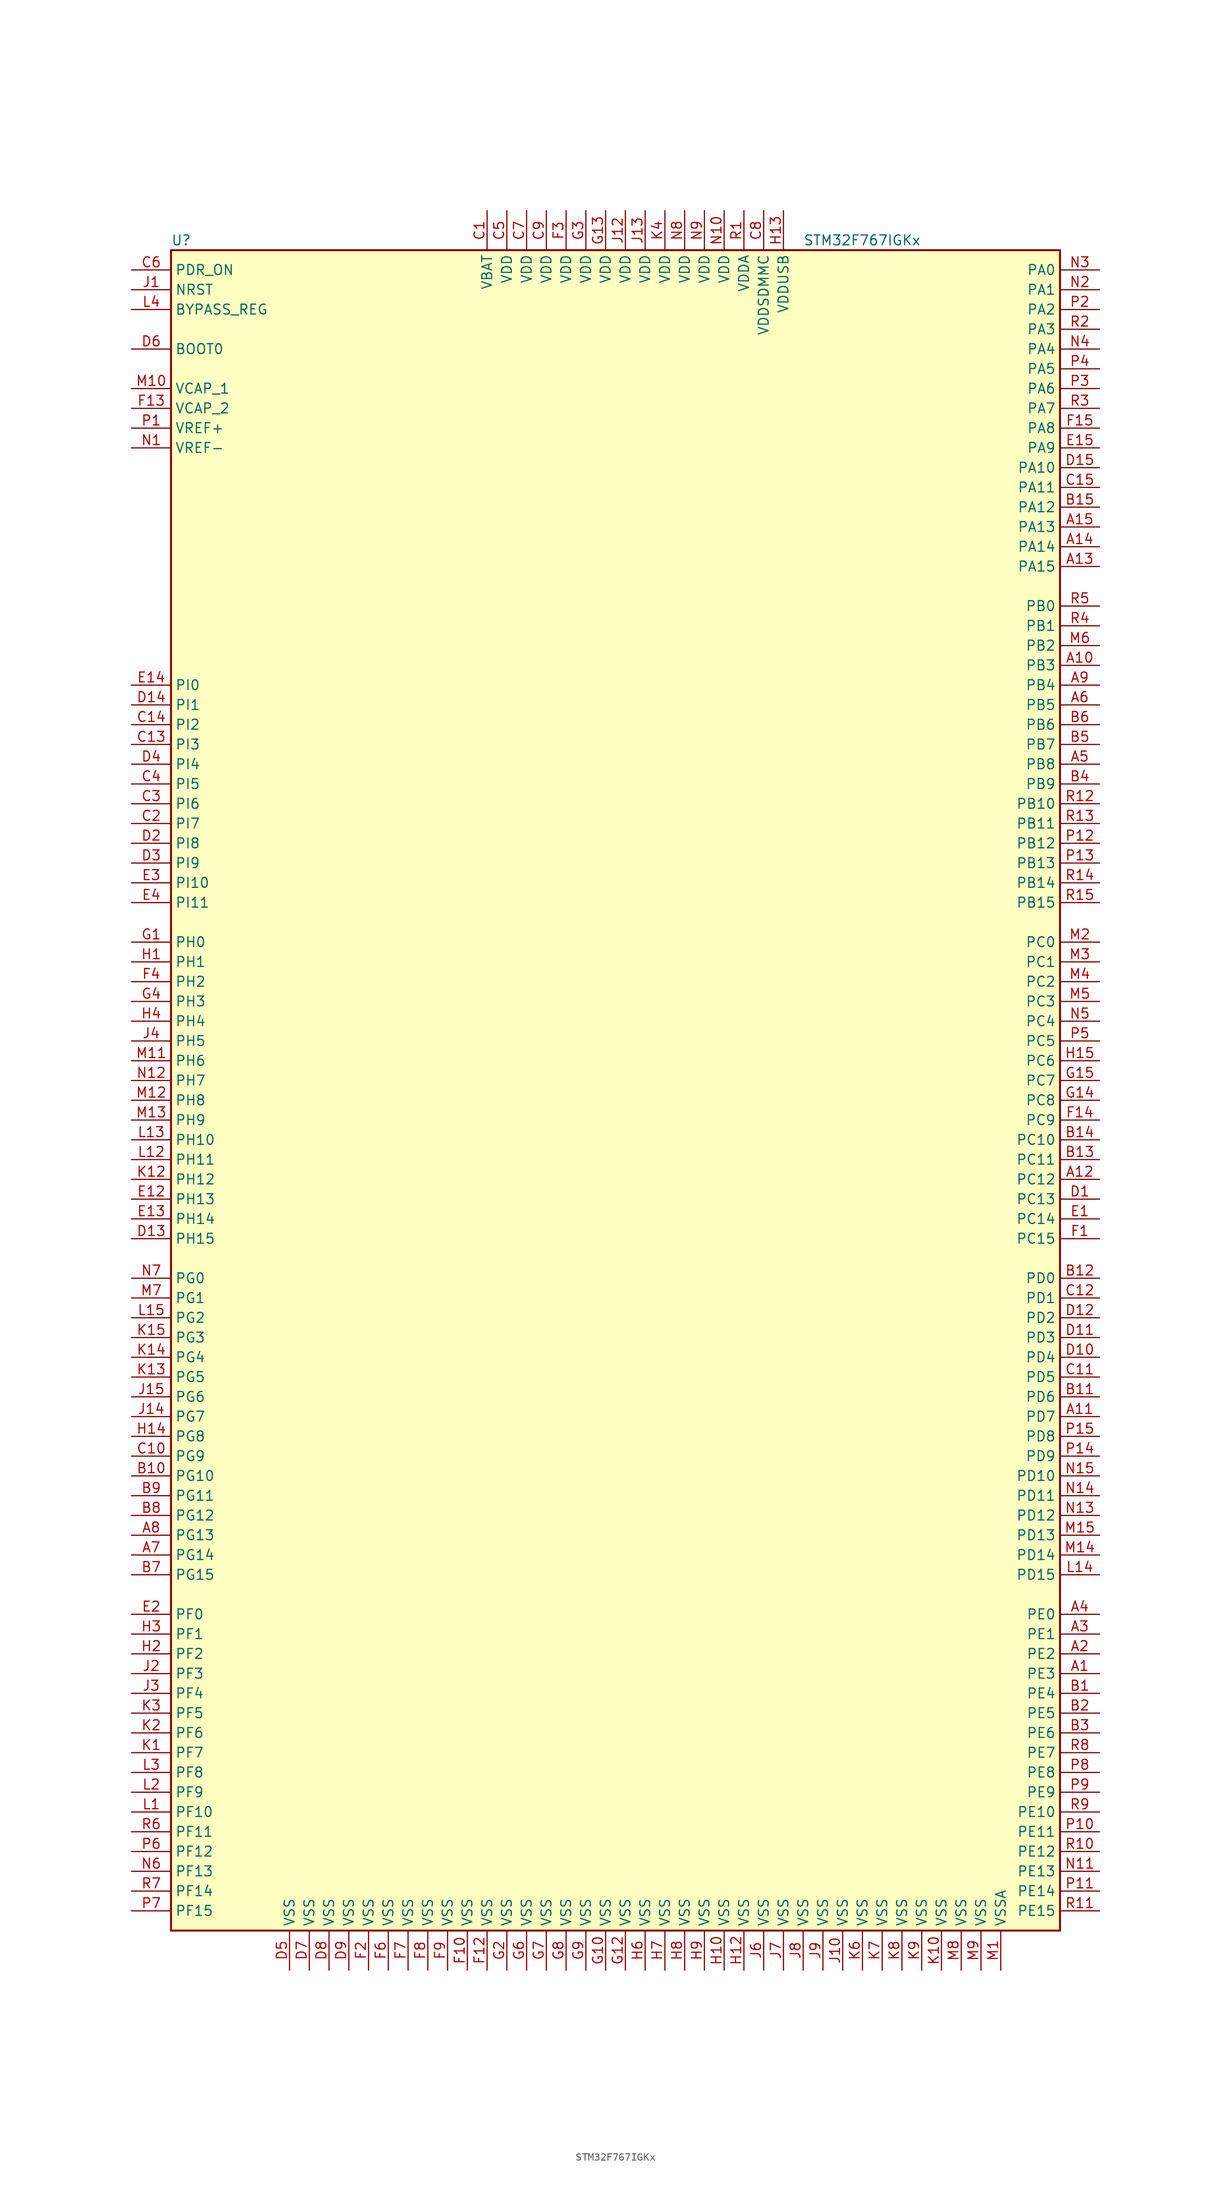
<source format=kicad_sym>
(kicad_symbol_lib
  (version 20220914)
  (generator kicad_symbol_editor)
  (symbol "STM32F767IGKx"
    (property "Reference" "U"
      (at -58.42 107.95 0)
      (effects (font (size 1.27 1.27)) (justify left)))
    (property "Value" "STM32F767IGKx"
      (at 22.86 107.95 0)
      (effects (font (size 1.27 1.27)) (justify left)))
    (symbol "STM32F767IGKx_0_1"
      (rectangle (start -58.42 -109.22) (end 55.88 106.68) (stroke (width 0.254) (type default)) (fill (type background))))
    (symbol "STM32F767IGKx_1_1"
      (pin bidirectional line (at 60.96 -76.2 180) (length 5.08) (name "PE3" (effects (font (size 1.27 1.27)))) (number "A1" (effects (font (size 1.27 1.27)))))
      (pin bidirectional line (at 60.96 53.34 180) (length 5.08) (name "PB3" (effects (font (size 1.27 1.27)))) (number "A10" (effects (font (size 1.27 1.27)))))
      (pin bidirectional line (at 60.96 -43.18 180) (length 5.08) (name "PD7" (effects (font (size 1.27 1.27)))) (number "A11" (effects (font (size 1.27 1.27)))))
      (pin bidirectional line (at 60.96 -12.7 180) (length 5.08) (name "PC12" (effects (font (size 1.27 1.27)))) (number "A12" (effects (font (size 1.27 1.27)))))
      (pin bidirectional line (at 60.96 66.04 180) (length 5.08) (name "PA15" (effects (font (size 1.27 1.27)))) (number "A13" (effects (font (size 1.27 1.27)))))
      (pin bidirectional line (at 60.96 68.58 180) (length 5.08) (name "PA14" (effects (font (size 1.27 1.27)))) (number "A14" (effects (font (size 1.27 1.27)))))
      (pin bidirectional line (at 60.96 71.12 180) (length 5.08) (name "PA13" (effects (font (size 1.27 1.27)))) (number "A15" (effects (font (size 1.27 1.27)))))
      (pin bidirectional line (at 60.96 -73.66 180) (length 5.08) (name "PE2" (effects (font (size 1.27 1.27)))) (number "A2" (effects (font (size 1.27 1.27)))))
      (pin bidirectional line (at 60.96 -71.12 180) (length 5.08) (name "PE1" (effects (font (size 1.27 1.27)))) (number "A3" (effects (font (size 1.27 1.27)))))
      (pin bidirectional line (at 60.96 -68.58 180) (length 5.08) (name "PE0" (effects (font (size 1.27 1.27)))) (number "A4" (effects (font (size 1.27 1.27)))))
      (pin bidirectional line (at 60.96 40.64 180) (length 5.08) (name "PB8" (effects (font (size 1.27 1.27)))) (number "A5" (effects (font (size 1.27 1.27)))))
      (pin bidirectional line (at 60.96 48.26 180) (length 5.08) (name "PB5" (effects (font (size 1.27 1.27)))) (number "A6" (effects (font (size 1.27 1.27)))))
      (pin bidirectional line (at -63.5 -60.96 0) (length 5.08) (name "PG14" (effects (font (size 1.27 1.27)))) (number "A7" (effects (font (size 1.27 1.27)))))
      (pin bidirectional line (at -63.5 -58.42 0) (length 5.08) (name "PG13" (effects (font (size 1.27 1.27)))) (number "A8" (effects (font (size 1.27 1.27)))))
      (pin bidirectional line (at 60.96 50.8 180) (length 5.08) (name "PB4" (effects (font (size 1.27 1.27)))) (number "A9" (effects (font (size 1.27 1.27)))))
      (pin bidirectional line (at 60.96 -78.74 180) (length 5.08) (name "PE4" (effects (font (size 1.27 1.27)))) (number "B1" (effects (font (size 1.27 1.27)))))
      (pin bidirectional line (at -63.5 -50.8 0) (length 5.08) (name "PG10" (effects (font (size 1.27 1.27)))) (number "B10" (effects (font (size 1.27 1.27)))))
      (pin bidirectional line (at 60.96 -40.64 180) (length 5.08) (name "PD6" (effects (font (size 1.27 1.27)))) (number "B11" (effects (font (size 1.27 1.27)))))
      (pin bidirectional line (at 60.96 -25.4 180) (length 5.08) (name "PD0" (effects (font (size 1.27 1.27)))) (number "B12" (effects (font (size 1.27 1.27)))))
      (pin bidirectional line (at 60.96 -10.16 180) (length 5.08) (name "PC11" (effects (font (size 1.27 1.27)))) (number "B13" (effects (font (size 1.27 1.27)))))
      (pin bidirectional line (at 60.96 -7.62 180) (length 5.08) (name "PC10" (effects (font (size 1.27 1.27)))) (number "B14" (effects (font (size 1.27 1.27)))))
      (pin bidirectional line (at 60.96 73.66 180) (length 5.08) (name "PA12" (effects (font (size 1.27 1.27)))) (number "B15" (effects (font (size 1.27 1.27)))))
      (pin bidirectional line (at 60.96 -81.28 180) (length 5.08) (name "PE5" (effects (font (size 1.27 1.27)))) (number "B2" (effects (font (size 1.27 1.27)))))
      (pin bidirectional line (at 60.96 -83.82 180) (length 5.08) (name "PE6" (effects (font (size 1.27 1.27)))) (number "B3" (effects (font (size 1.27 1.27)))))
      (pin bidirectional line (at 60.96 38.1 180) (length 5.08) (name "PB9" (effects (font (size 1.27 1.27)))) (number "B4" (effects (font (size 1.27 1.27)))))
      (pin bidirectional line (at 60.96 43.18 180) (length 5.08) (name "PB7" (effects (font (size 1.27 1.27)))) (number "B5" (effects (font (size 1.27 1.27)))))
      (pin bidirectional line (at 60.96 45.72 180) (length 5.08) (name "PB6" (effects (font (size 1.27 1.27)))) (number "B6" (effects (font (size 1.27 1.27)))))
      (pin bidirectional line (at -63.5 -63.5 0) (length 5.08) (name "PG15" (effects (font (size 1.27 1.27)))) (number "B7" (effects (font (size 1.27 1.27)))))
      (pin bidirectional line (at -63.5 -55.88 0) (length 5.08) (name "PG12" (effects (font (size 1.27 1.27)))) (number "B8" (effects (font (size 1.27 1.27)))))
      (pin bidirectional line (at -63.5 -53.34 0) (length 5.08) (name "PG11" (effects (font (size 1.27 1.27)))) (number "B9" (effects (font (size 1.27 1.27)))))
      (pin power_in line (at -17.78 111.76 270) (length 5.08) (name "VBAT" (effects (font (size 1.27 1.27)))) (number "C1" (effects (font (size 1.27 1.27)))))
      (pin bidirectional line (at -63.5 -48.26 0) (length 5.08) (name "PG9" (effects (font (size 1.27 1.27)))) (number "C10" (effects (font (size 1.27 1.27)))))
      (pin bidirectional line (at 60.96 -38.1 180) (length 5.08) (name "PD5" (effects (font (size 1.27 1.27)))) (number "C11" (effects (font (size 1.27 1.27)))))
      (pin bidirectional line (at 60.96 -27.94 180) (length 5.08) (name "PD1" (effects (font (size 1.27 1.27)))) (number "C12" (effects (font (size 1.27 1.27)))))
      (pin bidirectional line (at -63.5 43.18 0) (length 5.08) (name "PI3" (effects (font (size 1.27 1.27)))) (number "C13" (effects (font (size 1.27 1.27)))))
      (pin bidirectional line (at -63.5 45.72 0) (length 5.08) (name "PI2" (effects (font (size 1.27 1.27)))) (number "C14" (effects (font (size 1.27 1.27)))))
      (pin bidirectional line (at 60.96 76.2 180) (length 5.08) (name "PA11" (effects (font (size 1.27 1.27)))) (number "C15" (effects (font (size 1.27 1.27)))))
      (pin bidirectional line (at -63.5 33.02 0) (length 5.08) (name "PI7" (effects (font (size 1.27 1.27)))) (number "C2" (effects (font (size 1.27 1.27)))))
      (pin bidirectional line (at -63.5 35.56 0) (length 5.08) (name "PI6" (effects (font (size 1.27 1.27)))) (number "C3" (effects (font (size 1.27 1.27)))))
      (pin bidirectional line (at -63.5 38.1 0) (length 5.08) (name "PI5" (effects (font (size 1.27 1.27)))) (number "C4" (effects (font (size 1.27 1.27)))))
      (pin power_in line (at -15.24 111.76 270) (length 5.08) (name "VDD" (effects (font (size 1.27 1.27)))) (number "C5" (effects (font (size 1.27 1.27)))))
      (pin input line (at -63.5 104.14 0) (length 5.08) (name "PDR_ON" (effects (font (size 1.27 1.27)))) (number "C6" (effects (font (size 1.27 1.27)))))
      (pin power_in line (at -12.7 111.76 270) (length 5.08) (name "VDD" (effects (font (size 1.27 1.27)))) (number "C7" (effects (font (size 1.27 1.27)))))
      (pin power_in line (at 17.78 111.76 270) (length 5.08) (name "VDDSDMMC" (effects (font (size 1.27 1.27)))) (number "C8" (effects (font (size 1.27 1.27)))))
      (pin power_in line (at -10.16 111.76 270) (length 5.08) (name "VDD" (effects (font (size 1.27 1.27)))) (number "C9" (effects (font (size 1.27 1.27)))))
      (pin bidirectional line (at 60.96 -15.24 180) (length 5.08) (name "PC13" (effects (font (size 1.27 1.27)))) (number "D1" (effects (font (size 1.27 1.27)))))
      (pin bidirectional line (at 60.96 -35.56 180) (length 5.08) (name "PD4" (effects (font (size 1.27 1.27)))) (number "D10" (effects (font (size 1.27 1.27)))))
      (pin bidirectional line (at 60.96 -33.02 180) (length 5.08) (name "PD3" (effects (font (size 1.27 1.27)))) (number "D11" (effects (font (size 1.27 1.27)))))
      (pin bidirectional line (at 60.96 -30.48 180) (length 5.08) (name "PD2" (effects (font (size 1.27 1.27)))) (number "D12" (effects (font (size 1.27 1.27)))))
      (pin bidirectional line (at -63.5 -20.32 0) (length 5.08) (name "PH15" (effects (font (size 1.27 1.27)))) (number "D13" (effects (font (size 1.27 1.27)))))
      (pin bidirectional line (at -63.5 48.26 0) (length 5.08) (name "PI1" (effects (font (size 1.27 1.27)))) (number "D14" (effects (font (size 1.27 1.27)))))
      (pin bidirectional line (at 60.96 78.74 180) (length 5.08) (name "PA10" (effects (font (size 1.27 1.27)))) (number "D15" (effects (font (size 1.27 1.27)))))
      (pin bidirectional line (at -63.5 30.48 0) (length 5.08) (name "PI8" (effects (font (size 1.27 1.27)))) (number "D2" (effects (font (size 1.27 1.27)))))
      (pin bidirectional line (at -63.5 27.94 0) (length 5.08) (name "PI9" (effects (font (size 1.27 1.27)))) (number "D3" (effects (font (size 1.27 1.27)))))
      (pin bidirectional line (at -63.5 40.64 0) (length 5.08) (name "PI4" (effects (font (size 1.27 1.27)))) (number "D4" (effects (font (size 1.27 1.27)))))
      (pin power_in line (at -43.18 -114.3 90) (length 5.08) (name "VSS" (effects (font (size 1.27 1.27)))) (number "D5" (effects (font (size 1.27 1.27)))))
      (pin input line (at -63.5 93.98 0) (length 5.08) (name "BOOT0" (effects (font (size 1.27 1.27)))) (number "D6" (effects (font (size 1.27 1.27)))))
      (pin power_in line (at -40.64 -114.3 90) (length 5.08) (name "VSS" (effects (font (size 1.27 1.27)))) (number "D7" (effects (font (size 1.27 1.27)))))
      (pin power_in line (at -38.1 -114.3 90) (length 5.08) (name "VSS" (effects (font (size 1.27 1.27)))) (number "D8" (effects (font (size 1.27 1.27)))))
      (pin power_in line (at -35.56 -114.3 90) (length 5.08) (name "VSS" (effects (font (size 1.27 1.27)))) (number "D9" (effects (font (size 1.27 1.27)))))
      (pin bidirectional line (at 60.96 -17.78 180) (length 5.08) (name "PC14" (effects (font (size 1.27 1.27)))) (number "E1" (effects (font (size 1.27 1.27)))))
      (pin bidirectional line (at -63.5 -15.24 0) (length 5.08) (name "PH13" (effects (font (size 1.27 1.27)))) (number "E12" (effects (font (size 1.27 1.27)))))
      (pin bidirectional line (at -63.5 -17.78 0) (length 5.08) (name "PH14" (effects (font (size 1.27 1.27)))) (number "E13" (effects (font (size 1.27 1.27)))))
      (pin bidirectional line (at -63.5 50.8 0) (length 5.08) (name "PI0" (effects (font (size 1.27 1.27)))) (number "E14" (effects (font (size 1.27 1.27)))))
      (pin bidirectional line (at 60.96 81.28 180) (length 5.08) (name "PA9" (effects (font (size 1.27 1.27)))) (number "E15" (effects (font (size 1.27 1.27)))))
      (pin bidirectional line (at -63.5 -68.58 0) (length 5.08) (name "PF0" (effects (font (size 1.27 1.27)))) (number "E2" (effects (font (size 1.27 1.27)))))
      (pin bidirectional line (at -63.5 25.4 0) (length 5.08) (name "PI10" (effects (font (size 1.27 1.27)))) (number "E3" (effects (font (size 1.27 1.27)))))
      (pin bidirectional line (at -63.5 22.86 0) (length 5.08) (name "PI11" (effects (font (size 1.27 1.27)))) (number "E4" (effects (font (size 1.27 1.27)))))
      (pin bidirectional line (at 60.96 -20.32 180) (length 5.08) (name "PC15" (effects (font (size 1.27 1.27)))) (number "F1" (effects (font (size 1.27 1.27)))))
      (pin power_in line (at -20.32 -114.3 90) (length 5.08) (name "VSS" (effects (font (size 1.27 1.27)))) (number "F10" (effects (font (size 1.27 1.27)))))
      (pin power_in line (at -17.78 -114.3 90) (length 5.08) (name "VSS" (effects (font (size 1.27 1.27)))) (number "F12" (effects (font (size 1.27 1.27)))))
      (pin power_in line (at -63.5 86.36 0) (length 5.08) (name "VCAP_2" (effects (font (size 1.27 1.27)))) (number "F13" (effects (font (size 1.27 1.27)))))
      (pin bidirectional line (at 60.96 -5.08 180) (length 5.08) (name "PC9" (effects (font (size 1.27 1.27)))) (number "F14" (effects (font (size 1.27 1.27)))))
      (pin bidirectional line (at 60.96 83.82 180) (length 5.08) (name "PA8" (effects (font (size 1.27 1.27)))) (number "F15" (effects (font (size 1.27 1.27)))))
      (pin power_in line (at -33.02 -114.3 90) (length 5.08) (name "VSS" (effects (font (size 1.27 1.27)))) (number "F2" (effects (font (size 1.27 1.27)))))
      (pin power_in line (at -7.62 111.76 270) (length 5.08) (name "VDD" (effects (font (size 1.27 1.27)))) (number "F3" (effects (font (size 1.27 1.27)))))
      (pin bidirectional line (at -63.5 12.7 0) (length 5.08) (name "PH2" (effects (font (size 1.27 1.27)))) (number "F4" (effects (font (size 1.27 1.27)))))
      (pin power_in line (at -30.48 -114.3 90) (length 5.08) (name "VSS" (effects (font (size 1.27 1.27)))) (number "F6" (effects (font (size 1.27 1.27)))))
      (pin power_in line (at -27.94 -114.3 90) (length 5.08) (name "VSS" (effects (font (size 1.27 1.27)))) (number "F7" (effects (font (size 1.27 1.27)))))
      (pin power_in line (at -25.4 -114.3 90) (length 5.08) (name "VSS" (effects (font (size 1.27 1.27)))) (number "F8" (effects (font (size 1.27 1.27)))))
      (pin power_in line (at -22.86 -114.3 90) (length 5.08) (name "VSS" (effects (font (size 1.27 1.27)))) (number "F9" (effects (font (size 1.27 1.27)))))
      (pin input line (at -63.5 17.78 0) (length 5.08) (name "PH0" (effects (font (size 1.27 1.27)))) (number "G1" (effects (font (size 1.27 1.27)))))
      (pin power_in line (at -2.54 -114.3 90) (length 5.08) (name "VSS" (effects (font (size 1.27 1.27)))) (number "G10" (effects (font (size 1.27 1.27)))))
      (pin power_in line (at 0 -114.3 90) (length 5.08) (name "VSS" (effects (font (size 1.27 1.27)))) (number "G12" (effects (font (size 1.27 1.27)))))
      (pin power_in line (at -2.54 111.76 270) (length 5.08) (name "VDD" (effects (font (size 1.27 1.27)))) (number "G13" (effects (font (size 1.27 1.27)))))
      (pin bidirectional line (at 60.96 -2.54 180) (length 5.08) (name "PC8" (effects (font (size 1.27 1.27)))) (number "G14" (effects (font (size 1.27 1.27)))))
      (pin bidirectional line (at 60.96 0 180) (length 5.08) (name "PC7" (effects (font (size 1.27 1.27)))) (number "G15" (effects (font (size 1.27 1.27)))))
      (pin power_in line (at -15.24 -114.3 90) (length 5.08) (name "VSS" (effects (font (size 1.27 1.27)))) (number "G2" (effects (font (size 1.27 1.27)))))
      (pin power_in line (at -5.08 111.76 270) (length 5.08) (name "VDD" (effects (font (size 1.27 1.27)))) (number "G3" (effects (font (size 1.27 1.27)))))
      (pin bidirectional line (at -63.5 10.16 0) (length 5.08) (name "PH3" (effects (font (size 1.27 1.27)))) (number "G4" (effects (font (size 1.27 1.27)))))
      (pin power_in line (at -12.7 -114.3 90) (length 5.08) (name "VSS" (effects (font (size 1.27 1.27)))) (number "G6" (effects (font (size 1.27 1.27)))))
      (pin power_in line (at -10.16 -114.3 90) (length 5.08) (name "VSS" (effects (font (size 1.27 1.27)))) (number "G7" (effects (font (size 1.27 1.27)))))
      (pin power_in line (at -7.62 -114.3 90) (length 5.08) (name "VSS" (effects (font (size 1.27 1.27)))) (number "G8" (effects (font (size 1.27 1.27)))))
      (pin power_in line (at -5.08 -114.3 90) (length 5.08) (name "VSS" (effects (font (size 1.27 1.27)))) (number "G9" (effects (font (size 1.27 1.27)))))
      (pin input line (at -63.5 15.24 0) (length 5.08) (name "PH1" (effects (font (size 1.27 1.27)))) (number "H1" (effects (font (size 1.27 1.27)))))
      (pin power_in line (at 12.7 -114.3 90) (length 5.08) (name "VSS" (effects (font (size 1.27 1.27)))) (number "H10" (effects (font (size 1.27 1.27)))))
      (pin power_in line (at 15.24 -114.3 90) (length 5.08) (name "VSS" (effects (font (size 1.27 1.27)))) (number "H12" (effects (font (size 1.27 1.27)))))
      (pin power_in line (at 20.32 111.76 270) (length 5.08) (name "VDDUSB" (effects (font (size 1.27 1.27)))) (number "H13" (effects (font (size 1.27 1.27)))))
      (pin bidirectional line (at -63.5 -45.72 0) (length 5.08) (name "PG8" (effects (font (size 1.27 1.27)))) (number "H14" (effects (font (size 1.27 1.27)))))
      (pin bidirectional line (at 60.96 2.54 180) (length 5.08) (name "PC6" (effects (font (size 1.27 1.27)))) (number "H15" (effects (font (size 1.27 1.27)))))
      (pin bidirectional line (at -63.5 -73.66 0) (length 5.08) (name "PF2" (effects (font (size 1.27 1.27)))) (number "H2" (effects (font (size 1.27 1.27)))))
      (pin bidirectional line (at -63.5 -71.12 0) (length 5.08) (name "PF1" (effects (font (size 1.27 1.27)))) (number "H3" (effects (font (size 1.27 1.27)))))
      (pin bidirectional line (at -63.5 7.62 0) (length 5.08) (name "PH4" (effects (font (size 1.27 1.27)))) (number "H4" (effects (font (size 1.27 1.27)))))
      (pin power_in line (at 2.54 -114.3 90) (length 5.08) (name "VSS" (effects (font (size 1.27 1.27)))) (number "H6" (effects (font (size 1.27 1.27)))))
      (pin power_in line (at 5.08 -114.3 90) (length 5.08) (name "VSS" (effects (font (size 1.27 1.27)))) (number "H7" (effects (font (size 1.27 1.27)))))
      (pin power_in line (at 7.62 -114.3 90) (length 5.08) (name "VSS" (effects (font (size 1.27 1.27)))) (number "H8" (effects (font (size 1.27 1.27)))))
      (pin power_in line (at 10.16 -114.3 90) (length 5.08) (name "VSS" (effects (font (size 1.27 1.27)))) (number "H9" (effects (font (size 1.27 1.27)))))
      (pin input line (at -63.5 101.6 0) (length 5.08) (name "NRST" (effects (font (size 1.27 1.27)))) (number "J1" (effects (font (size 1.27 1.27)))))
      (pin power_in line (at 27.94 -114.3 90) (length 5.08) (name "VSS" (effects (font (size 1.27 1.27)))) (number "J10" (effects (font (size 1.27 1.27)))))
      (pin power_in line (at 0 111.76 270) (length 5.08) (name "VDD" (effects (font (size 1.27 1.27)))) (number "J12" (effects (font (size 1.27 1.27)))))
      (pin power_in line (at 2.54 111.76 270) (length 5.08) (name "VDD" (effects (font (size 1.27 1.27)))) (number "J13" (effects (font (size 1.27 1.27)))))
      (pin bidirectional line (at -63.5 -43.18 0) (length 5.08) (name "PG7" (effects (font (size 1.27 1.27)))) (number "J14" (effects (font (size 1.27 1.27)))))
      (pin bidirectional line (at -63.5 -40.64 0) (length 5.08) (name "PG6" (effects (font (size 1.27 1.27)))) (number "J15" (effects (font (size 1.27 1.27)))))
      (pin bidirectional line (at -63.5 -76.2 0) (length 5.08) (name "PF3" (effects (font (size 1.27 1.27)))) (number "J2" (effects (font (size 1.27 1.27)))))
      (pin bidirectional line (at -63.5 -78.74 0) (length 5.08) (name "PF4" (effects (font (size 1.27 1.27)))) (number "J3" (effects (font (size 1.27 1.27)))))
      (pin bidirectional line (at -63.5 5.08 0) (length 5.08) (name "PH5" (effects (font (size 1.27 1.27)))) (number "J4" (effects (font (size 1.27 1.27)))))
      (pin power_in line (at 17.78 -114.3 90) (length 5.08) (name "VSS" (effects (font (size 1.27 1.27)))) (number "J6" (effects (font (size 1.27 1.27)))))
      (pin power_in line (at 20.32 -114.3 90) (length 5.08) (name "VSS" (effects (font (size 1.27 1.27)))) (number "J7" (effects (font (size 1.27 1.27)))))
      (pin power_in line (at 22.86 -114.3 90) (length 5.08) (name "VSS" (effects (font (size 1.27 1.27)))) (number "J8" (effects (font (size 1.27 1.27)))))
      (pin power_in line (at 25.4 -114.3 90) (length 5.08) (name "VSS" (effects (font (size 1.27 1.27)))) (number "J9" (effects (font (size 1.27 1.27)))))
      (pin bidirectional line (at -63.5 -86.36 0) (length 5.08) (name "PF7" (effects (font (size 1.27 1.27)))) (number "K1" (effects (font (size 1.27 1.27)))))
      (pin power_in line (at 40.64 -114.3 90) (length 5.08) (name "VSS" (effects (font (size 1.27 1.27)))) (number "K10" (effects (font (size 1.27 1.27)))))
      (pin bidirectional line (at -63.5 -12.7 0) (length 5.08) (name "PH12" (effects (font (size 1.27 1.27)))) (number "K12" (effects (font (size 1.27 1.27)))))
      (pin bidirectional line (at -63.5 -38.1 0) (length 5.08) (name "PG5" (effects (font (size 1.27 1.27)))) (number "K13" (effects (font (size 1.27 1.27)))))
      (pin bidirectional line (at -63.5 -35.56 0) (length 5.08) (name "PG4" (effects (font (size 1.27 1.27)))) (number "K14" (effects (font (size 1.27 1.27)))))
      (pin bidirectional line (at -63.5 -33.02 0) (length 5.08) (name "PG3" (effects (font (size 1.27 1.27)))) (number "K15" (effects (font (size 1.27 1.27)))))
      (pin bidirectional line (at -63.5 -83.82 0) (length 5.08) (name "PF6" (effects (font (size 1.27 1.27)))) (number "K2" (effects (font (size 1.27 1.27)))))
      (pin bidirectional line (at -63.5 -81.28 0) (length 5.08) (name "PF5" (effects (font (size 1.27 1.27)))) (number "K3" (effects (font (size 1.27 1.27)))))
      (pin power_in line (at 5.08 111.76 270) (length 5.08) (name "VDD" (effects (font (size 1.27 1.27)))) (number "K4" (effects (font (size 1.27 1.27)))))
      (pin power_in line (at 30.48 -114.3 90) (length 5.08) (name "VSS" (effects (font (size 1.27 1.27)))) (number "K6" (effects (font (size 1.27 1.27)))))
      (pin power_in line (at 33.02 -114.3 90) (length 5.08) (name "VSS" (effects (font (size 1.27 1.27)))) (number "K7" (effects (font (size 1.27 1.27)))))
      (pin power_in line (at 35.56 -114.3 90) (length 5.08) (name "VSS" (effects (font (size 1.27 1.27)))) (number "K8" (effects (font (size 1.27 1.27)))))
      (pin power_in line (at 38.1 -114.3 90) (length 5.08) (name "VSS" (effects (font (size 1.27 1.27)))) (number "K9" (effects (font (size 1.27 1.27)))))
      (pin bidirectional line (at -63.5 -93.98 0) (length 5.08) (name "PF10" (effects (font (size 1.27 1.27)))) (number "L1" (effects (font (size 1.27 1.27)))))
      (pin bidirectional line (at -63.5 -10.16 0) (length 5.08) (name "PH11" (effects (font (size 1.27 1.27)))) (number "L12" (effects (font (size 1.27 1.27)))))
      (pin bidirectional line (at -63.5 -7.62 0) (length 5.08) (name "PH10" (effects (font (size 1.27 1.27)))) (number "L13" (effects (font (size 1.27 1.27)))))
      (pin bidirectional line (at 60.96 -63.5 180) (length 5.08) (name "PD15" (effects (font (size 1.27 1.27)))) (number "L14" (effects (font (size 1.27 1.27)))))
      (pin bidirectional line (at -63.5 -30.48 0) (length 5.08) (name "PG2" (effects (font (size 1.27 1.27)))) (number "L15" (effects (font (size 1.27 1.27)))))
      (pin bidirectional line (at -63.5 -91.44 0) (length 5.08) (name "PF9" (effects (font (size 1.27 1.27)))) (number "L2" (effects (font (size 1.27 1.27)))))
      (pin bidirectional line (at -63.5 -88.9 0) (length 5.08) (name "PF8" (effects (font (size 1.27 1.27)))) (number "L3" (effects (font (size 1.27 1.27)))))
      (pin input line (at -63.5 99.06 0) (length 5.08) (name "BYPASS_REG" (effects (font (size 1.27 1.27)))) (number "L4" (effects (font (size 1.27 1.27)))))
      (pin power_in line (at 48.26 -114.3 90) (length 5.08) (name "VSSA" (effects (font (size 1.27 1.27)))) (number "M1" (effects (font (size 1.27 1.27)))))
      (pin power_in line (at -63.5 88.9 0) (length 5.08) (name "VCAP_1" (effects (font (size 1.27 1.27)))) (number "M10" (effects (font (size 1.27 1.27)))))
      (pin bidirectional line (at -63.5 2.54 0) (length 5.08) (name "PH6" (effects (font (size 1.27 1.27)))) (number "M11" (effects (font (size 1.27 1.27)))))
      (pin bidirectional line (at -63.5 -2.54 0) (length 5.08) (name "PH8" (effects (font (size 1.27 1.27)))) (number "M12" (effects (font (size 1.27 1.27)))))
      (pin bidirectional line (at -63.5 -5.08 0) (length 5.08) (name "PH9" (effects (font (size 1.27 1.27)))) (number "M13" (effects (font (size 1.27 1.27)))))
      (pin bidirectional line (at 60.96 -60.96 180) (length 5.08) (name "PD14" (effects (font (size 1.27 1.27)))) (number "M14" (effects (font (size 1.27 1.27)))))
      (pin bidirectional line (at 60.96 -58.42 180) (length 5.08) (name "PD13" (effects (font (size 1.27 1.27)))) (number "M15" (effects (font (size 1.27 1.27)))))
      (pin bidirectional line (at 60.96 17.78 180) (length 5.08) (name "PC0" (effects (font (size 1.27 1.27)))) (number "M2" (effects (font (size 1.27 1.27)))))
      (pin bidirectional line (at 60.96 15.24 180) (length 5.08) (name "PC1" (effects (font (size 1.27 1.27)))) (number "M3" (effects (font (size 1.27 1.27)))))
      (pin bidirectional line (at 60.96 12.7 180) (length 5.08) (name "PC2" (effects (font (size 1.27 1.27)))) (number "M4" (effects (font (size 1.27 1.27)))))
      (pin bidirectional line (at 60.96 10.16 180) (length 5.08) (name "PC3" (effects (font (size 1.27 1.27)))) (number "M5" (effects (font (size 1.27 1.27)))))
      (pin bidirectional line (at 60.96 55.88 180) (length 5.08) (name "PB2" (effects (font (size 1.27 1.27)))) (number "M6" (effects (font (size 1.27 1.27)))))
      (pin bidirectional line (at -63.5 -27.94 0) (length 5.08) (name "PG1" (effects (font (size 1.27 1.27)))) (number "M7" (effects (font (size 1.27 1.27)))))
      (pin power_in line (at 43.18 -114.3 90) (length 5.08) (name "VSS" (effects (font (size 1.27 1.27)))) (number "M8" (effects (font (size 1.27 1.27)))))
      (pin power_in line (at 45.72 -114.3 90) (length 5.08) (name "VSS" (effects (font (size 1.27 1.27)))) (number "M9" (effects (font (size 1.27 1.27)))))
      (pin power_in line (at -63.5 81.28 0) (length 5.08) (name "VREF-" (effects (font (size 1.27 1.27)))) (number "N1" (effects (font (size 1.27 1.27)))))
      (pin power_in line (at 12.7 111.76 270) (length 5.08) (name "VDD" (effects (font (size 1.27 1.27)))) (number "N10" (effects (font (size 1.27 1.27)))))
      (pin bidirectional line (at 60.96 -101.6 180) (length 5.08) (name "PE13" (effects (font (size 1.27 1.27)))) (number "N11" (effects (font (size 1.27 1.27)))))
      (pin bidirectional line (at -63.5 0 0) (length 5.08) (name "PH7" (effects (font (size 1.27 1.27)))) (number "N12" (effects (font (size 1.27 1.27)))))
      (pin bidirectional line (at 60.96 -55.88 180) (length 5.08) (name "PD12" (effects (font (size 1.27 1.27)))) (number "N13" (effects (font (size 1.27 1.27)))))
      (pin bidirectional line (at 60.96 -53.34 180) (length 5.08) (name "PD11" (effects (font (size 1.27 1.27)))) (number "N14" (effects (font (size 1.27 1.27)))))
      (pin bidirectional line (at 60.96 -50.8 180) (length 5.08) (name "PD10" (effects (font (size 1.27 1.27)))) (number "N15" (effects (font (size 1.27 1.27)))))
      (pin bidirectional line (at 60.96 101.6 180) (length 5.08) (name "PA1" (effects (font (size 1.27 1.27)))) (number "N2" (effects (font (size 1.27 1.27)))))
      (pin bidirectional line (at 60.96 104.14 180) (length 5.08) (name "PA0" (effects (font (size 1.27 1.27)))) (number "N3" (effects (font (size 1.27 1.27)))))
      (pin bidirectional line (at 60.96 93.98 180) (length 5.08) (name "PA4" (effects (font (size 1.27 1.27)))) (number "N4" (effects (font (size 1.27 1.27)))))
      (pin bidirectional line (at 60.96 7.62 180) (length 5.08) (name "PC4" (effects (font (size 1.27 1.27)))) (number "N5" (effects (font (size 1.27 1.27)))))
      (pin bidirectional line (at -63.5 -101.6 0) (length 5.08) (name "PF13" (effects (font (size 1.27 1.27)))) (number "N6" (effects (font (size 1.27 1.27)))))
      (pin bidirectional line (at -63.5 -25.4 0) (length 5.08) (name "PG0" (effects (font (size 1.27 1.27)))) (number "N7" (effects (font (size 1.27 1.27)))))
      (pin power_in line (at 7.62 111.76 270) (length 5.08) (name "VDD" (effects (font (size 1.27 1.27)))) (number "N8" (effects (font (size 1.27 1.27)))))
      (pin power_in line (at 10.16 111.76 270) (length 5.08) (name "VDD" (effects (font (size 1.27 1.27)))) (number "N9" (effects (font (size 1.27 1.27)))))
      (pin power_in line (at -63.5 83.82 0) (length 5.08) (name "VREF+" (effects (font (size 1.27 1.27)))) (number "P1" (effects (font (size 1.27 1.27)))))
      (pin bidirectional line (at 60.96 -96.52 180) (length 5.08) (name "PE11" (effects (font (size 1.27 1.27)))) (number "P10" (effects (font (size 1.27 1.27)))))
      (pin bidirectional line (at 60.96 -104.14 180) (length 5.08) (name "PE14" (effects (font (size 1.27 1.27)))) (number "P11" (effects (font (size 1.27 1.27)))))
      (pin bidirectional line (at 60.96 30.48 180) (length 5.08) (name "PB12" (effects (font (size 1.27 1.27)))) (number "P12" (effects (font (size 1.27 1.27)))))
      (pin bidirectional line (at 60.96 27.94 180) (length 5.08) (name "PB13" (effects (font (size 1.27 1.27)))) (number "P13" (effects (font (size 1.27 1.27)))))
      (pin bidirectional line (at 60.96 -48.26 180) (length 5.08) (name "PD9" (effects (font (size 1.27 1.27)))) (number "P14" (effects (font (size 1.27 1.27)))))
      (pin bidirectional line (at 60.96 -45.72 180) (length 5.08) (name "PD8" (effects (font (size 1.27 1.27)))) (number "P15" (effects (font (size 1.27 1.27)))))
      (pin bidirectional line (at 60.96 99.06 180) (length 5.08) (name "PA2" (effects (font (size 1.27 1.27)))) (number "P2" (effects (font (size 1.27 1.27)))))
      (pin bidirectional line (at 60.96 88.9 180) (length 5.08) (name "PA6" (effects (font (size 1.27 1.27)))) (number "P3" (effects (font (size 1.27 1.27)))))
      (pin bidirectional line (at 60.96 91.44 180) (length 5.08) (name "PA5" (effects (font (size 1.27 1.27)))) (number "P4" (effects (font (size 1.27 1.27)))))
      (pin bidirectional line (at 60.96 5.08 180) (length 5.08) (name "PC5" (effects (font (size 1.27 1.27)))) (number "P5" (effects (font (size 1.27 1.27)))))
      (pin bidirectional line (at -63.5 -99.06 0) (length 5.08) (name "PF12" (effects (font (size 1.27 1.27)))) (number "P6" (effects (font (size 1.27 1.27)))))
      (pin bidirectional line (at -63.5 -106.68 0) (length 5.08) (name "PF15" (effects (font (size 1.27 1.27)))) (number "P7" (effects (font (size 1.27 1.27)))))
      (pin bidirectional line (at 60.96 -88.9 180) (length 5.08) (name "PE8" (effects (font (size 1.27 1.27)))) (number "P8" (effects (font (size 1.27 1.27)))))
      (pin bidirectional line (at 60.96 -91.44 180) (length 5.08) (name "PE9" (effects (font (size 1.27 1.27)))) (number "P9" (effects (font (size 1.27 1.27)))))
      (pin power_in line (at 15.24 111.76 270) (length 5.08) (name "VDDA" (effects (font (size 1.27 1.27)))) (number "R1" (effects (font (size 1.27 1.27)))))
      (pin bidirectional line (at 60.96 -99.06 180) (length 5.08) (name "PE12" (effects (font (size 1.27 1.27)))) (number "R10" (effects (font (size 1.27 1.27)))))
      (pin bidirectional line (at 60.96 -106.68 180) (length 5.08) (name "PE15" (effects (font (size 1.27 1.27)))) (number "R11" (effects (font (size 1.27 1.27)))))
      (pin bidirectional line (at 60.96 35.56 180) (length 5.08) (name "PB10" (effects (font (size 1.27 1.27)))) (number "R12" (effects (font (size 1.27 1.27)))))
      (pin bidirectional line (at 60.96 33.02 180) (length 5.08) (name "PB11" (effects (font (size 1.27 1.27)))) (number "R13" (effects (font (size 1.27 1.27)))))
      (pin bidirectional line (at 60.96 25.4 180) (length 5.08) (name "PB14" (effects (font (size 1.27 1.27)))) (number "R14" (effects (font (size 1.27 1.27)))))
      (pin bidirectional line (at 60.96 22.86 180) (length 5.08) (name "PB15" (effects (font (size 1.27 1.27)))) (number "R15" (effects (font (size 1.27 1.27)))))
      (pin bidirectional line (at 60.96 96.52 180) (length 5.08) (name "PA3" (effects (font (size 1.27 1.27)))) (number "R2" (effects (font (size 1.27 1.27)))))
      (pin bidirectional line (at 60.96 86.36 180) (length 5.08) (name "PA7" (effects (font (size 1.27 1.27)))) (number "R3" (effects (font (size 1.27 1.27)))))
      (pin bidirectional line (at 60.96 58.42 180) (length 5.08) (name "PB1" (effects (font (size 1.27 1.27)))) (number "R4" (effects (font (size 1.27 1.27)))))
      (pin bidirectional line (at 60.96 60.96 180) (length 5.08) (name "PB0" (effects (font (size 1.27 1.27)))) (number "R5" (effects (font (size 1.27 1.27)))))
      (pin bidirectional line (at -63.5 -96.52 0) (length 5.08) (name "PF11" (effects (font (size 1.27 1.27)))) (number "R6" (effects (font (size 1.27 1.27)))))
      (pin bidirectional line (at -63.5 -104.14 0) (length 5.08) (name "PF14" (effects (font (size 1.27 1.27)))) (number "R7" (effects (font (size 1.27 1.27)))))
      (pin bidirectional line (at 60.96 -86.36 180) (length 5.08) (name "PE7" (effects (font (size 1.27 1.27)))) (number "R8" (effects (font (size 1.27 1.27)))))
      (pin bidirectional line (at 60.96 -93.98 180) (length 5.08) (name "PE10" (effects (font (size 1.27 1.27)))) (number "R9" (effects (font (size 1.27 1.27))))))))
</source>
